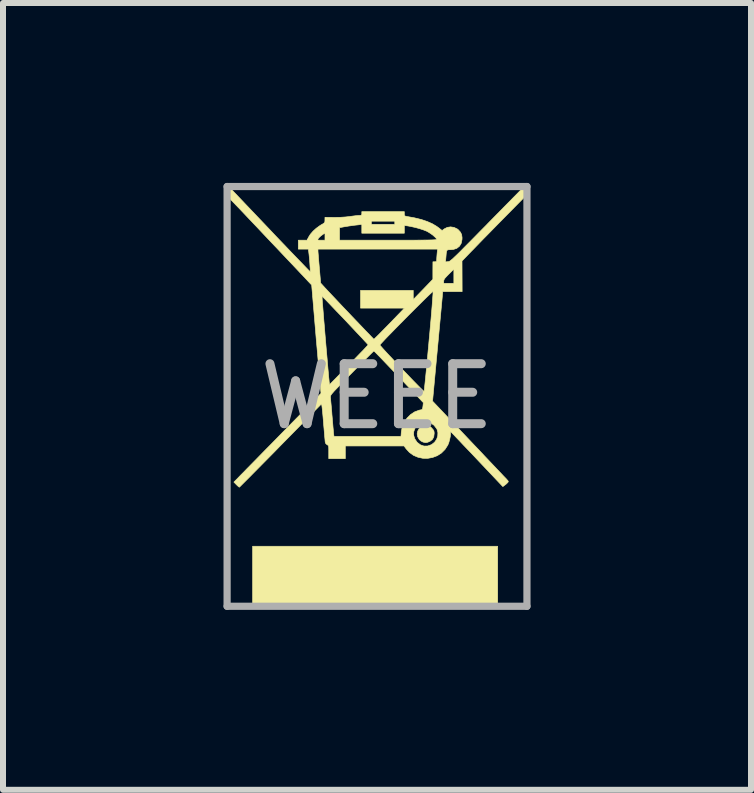
<source format=kicad_pcb>
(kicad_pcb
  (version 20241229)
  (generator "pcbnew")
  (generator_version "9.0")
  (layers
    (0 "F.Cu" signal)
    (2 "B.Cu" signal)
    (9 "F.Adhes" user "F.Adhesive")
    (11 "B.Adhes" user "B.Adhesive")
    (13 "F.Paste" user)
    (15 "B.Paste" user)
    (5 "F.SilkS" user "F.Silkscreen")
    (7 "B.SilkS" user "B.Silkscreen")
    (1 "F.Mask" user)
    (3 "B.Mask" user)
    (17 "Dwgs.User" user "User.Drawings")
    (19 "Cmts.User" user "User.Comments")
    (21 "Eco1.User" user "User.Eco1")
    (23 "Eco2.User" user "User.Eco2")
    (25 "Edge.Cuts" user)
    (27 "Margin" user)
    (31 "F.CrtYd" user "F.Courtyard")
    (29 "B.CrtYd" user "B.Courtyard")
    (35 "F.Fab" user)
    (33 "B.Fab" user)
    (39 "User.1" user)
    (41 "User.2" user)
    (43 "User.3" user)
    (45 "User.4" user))
  (footprint "WEEE"
    (layer "F.Cu")
    (at 3.237 3.56)
    (property "Reference" "WEEE" (at 0 0 0) (layer "Eco2.User") (effects (font (size 1.524 1.524) (thickness 0.3))))
    (attr through_hole)
    (fp_poly (pts (xy 2.012 3.505) (xy -2.075 3.505) (xy -2.075 2.499) (xy 2.012 2.499) (xy 2.012 3.505)) (stroke (width 0.01) (type solid)) (fill yes) (layer "F.SilkS"))
    (fp_poly (pts (xy 0.851 0.489) (xy 0.875 0.497) (xy 0.899 0.515) (xy 0.912 0.528) (xy 0.936 0.555) (xy 0.949 0.578) (xy 0.953 0.606) (xy 0.953 0.619) (xy 0.946 0.675) (xy 0.923 0.718) (xy 0.884 0.748) (xy 0.875 0.752) (xy 0.841 0.766) (xy 0.814 0.771) (xy 0.784 0.766) (xy 0.766 0.761) (xy 0.736 0.746) (xy 0.708 0.723) (xy 0.705 0.72) (xy 0.678 0.673) (xy 0.669 0.625) (xy 0.678 0.579) (xy 0.701 0.539) (xy 0.738 0.508) (xy 0.786 0.49) (xy 0.818 0.487) (xy 0.851 0.489)) (stroke (width 0.01) (type solid)) (fill yes) (layer "F.SilkS"))
    (fp_poly (pts (xy 2.465 -3.421) (xy 2.468 -3.333) (xy 2.099 -2.958) (xy 2.02 -2.878) (xy 1.94 -2.796) (xy 1.861 -2.715) (xy 1.785 -2.638) (xy 1.716 -2.567) (xy 1.655 -2.504) (xy 1.605 -2.452) (xy 1.574 -2.421) (xy 1.417 -2.258) (xy 1.419 -1.747) (xy 1.258 -1.747) (xy 1.096 -1.747) (xy 1.011 -0.834) (xy 0.926 0.079) (xy 1.529 0.715) (xy 1.622 0.813) (xy 1.712 0.907) (xy 1.796 0.997) (xy 1.875 1.08) (xy 1.947 1.156) (xy 2.01 1.223) (xy 2.065 1.28) (xy 2.108 1.326) (xy 2.14 1.359) (xy 2.159 1.379) (xy 2.163 1.384) (xy 2.183 1.406) (xy 2.189 1.419) (xy 2.184 1.431) (xy 2.175 1.441) (xy 2.151 1.464) (xy 2.126 1.483) (xy 2.098 1.504) (xy 1.662 1.043) (xy 1.584 0.96) (xy 1.51 0.883) (xy 1.441 0.811) (xy 1.38 0.746) (xy 1.327 0.691) (xy 1.284 0.645) (xy 1.251 0.611) (xy 1.23 0.59) (xy 1.223 0.582) (xy 1.222 0.591) (xy 1.224 0.601) (xy 1.226 0.63) (xy 1.221 0.671) (xy 1.211 0.719) (xy 1.198 0.767) (xy 1.182 0.808) (xy 1.18 0.812) (xy 1.133 0.885) (xy 1.074 0.944) (xy 1.004 0.989) (xy 0.927 1.018) (xy 0.846 1.033) (xy 0.764 1.032) (xy 0.684 1.015) (xy 0.608 0.983) (xy 0.54 0.934) (xy 0.487 0.876) (xy 0.45 0.826) (xy -0.529 0.826) (xy -0.529 1.038) (xy -0.805 1.038) (xy -0.805 0.928) (xy -0.805 0.879) (xy -0.806 0.847) (xy -0.81 0.827) (xy -0.816 0.816) (xy -0.826 0.809) (xy -0.831 0.807) (xy -0.853 0.789) (xy -0.862 0.771) (xy -0.865 0.754) (xy -0.868 0.719) (xy -0.873 0.669) (xy -0.878 0.608) (xy -0.884 0.537) (xy -0.89 0.471) (xy -0.896 0.395) (xy -0.902 0.324) (xy -0.908 0.262) (xy -0.913 0.211) (xy -0.917 0.176) (xy -0.919 0.16) (xy -0.926 0.125) (xy -1.608 0.819) (xy -1.707 0.921) (xy -1.802 1.017) (xy -1.892 1.108) (xy -1.976 1.193) (xy -2.052 1.27) (xy -2.12 1.339) (xy -2.178 1.397) (xy -2.226 1.445) (xy -2.262 1.481) (xy -2.286 1.505) (xy -2.296 1.514) (xy -2.297 1.514) (xy -2.307 1.507) (xy -2.328 1.489) (xy -2.345 1.472) (xy -2.387 1.429) (xy -2.317 1.358) (xy -2.3 1.34) (xy -2.268 1.307) (xy -2.224 1.263) (xy -2.169 1.206) (xy -2.104 1.14) (xy -2.03 1.065) (xy -1.949 0.982) (xy -1.861 0.892) (xy -1.768 0.798) (xy -1.671 0.699) (xy -1.591 0.617) (xy -0.992 0.008) (xy -0.778 0.008) (xy -0.777 0.013) (xy -0.775 0.033) (xy -0.772 0.071) (xy -0.767 0.123) (xy -0.761 0.186) (xy -0.755 0.256) (xy -0.752 0.302) (xy -0.745 0.376) (xy -0.739 0.447) (xy -0.734 0.511) (xy -0.729 0.562) (xy -0.726 0.599) (xy -0.725 0.611) (xy -0.718 0.667) (xy 0.399 0.667) (xy 0.401 0.649) (xy 0.611 0.649) (xy 0.629 0.706) (xy 0.665 0.76) (xy 0.673 0.769) (xy 0.726 0.809) (xy 0.783 0.828) (xy 0.844 0.827) (xy 0.907 0.805) (xy 0.913 0.801) (xy 0.959 0.765) (xy 0.993 0.717) (xy 1.012 0.662) (xy 1.015 0.605) (xy 1.001 0.55) (xy 0.993 0.536) (xy 0.951 0.482) (xy 0.9 0.445) (xy 0.843 0.426) (xy 0.783 0.426) (xy 0.724 0.445) (xy 0.72 0.447) (xy 0.667 0.486) (xy 0.631 0.535) (xy 0.612 0.59) (xy 0.611 0.649) (xy 0.401 0.649) (xy 0.405 0.594) (xy 0.42 0.511) (xy 0.453 0.432) (xy 0.5 0.362) (xy 0.559 0.303) (xy 0.627 0.258) (xy 0.702 0.23) (xy 0.721 0.226) (xy 0.743 0.222) (xy 0.755 0.213) (xy 0.761 0.195) (xy 0.766 0.162) (xy 0.772 0.104) (xy 0.363 -0.327) (xy 0.288 -0.406) (xy 0.216 -0.481) (xy 0.15 -0.55) (xy 0.091 -0.612) (xy 0.041 -0.664) (xy -0.00028 -0.706) (xy -0.03 -0.736) (xy -0.048 -0.753) (xy -0.052 -0.757) (xy -0.061 -0.75) (xy -0.083 -0.729) (xy -0.117 -0.695) (xy -0.161 -0.651) (xy -0.215 -0.598) (xy -0.276 -0.537) (xy -0.343 -0.469) (xy -0.414 -0.397) (xy -0.421 -0.39) (xy -0.504 -0.306) (xy -0.573 -0.235) (xy -0.629 -0.177) (xy -0.674 -0.13) (xy -0.71 -0.093) (xy -0.736 -0.063) (xy -0.755 -0.041) (xy -0.767 -0.024) (xy -0.774 -0.011) (xy -0.778 -0.001) (xy -0.778 0.008) (xy -0.992 0.008) (xy -0.934 -0.052) (xy -0.938 -0.092) (xy -0.94 -0.109) (xy -0.943 -0.145) (xy -0.948 -0.199) (xy -0.954 -0.269) (xy -0.962 -0.353) (xy -0.97 -0.45) (xy -0.979 -0.559) (xy -0.989 -0.676) (xy -1 -0.802) (xy -1.012 -0.934) (xy -1.017 -0.995) (xy -1.074 -1.67) (xy -0.917 -1.67) (xy -0.917 -1.659) (xy -0.915 -1.629) (xy -0.912 -1.582) (xy -0.907 -1.521) (xy -0.901 -1.447) (xy -0.894 -1.362) (xy -0.887 -1.269) (xy -0.878 -1.169) (xy -0.87 -1.066) (xy -0.861 -0.96) (xy -0.852 -0.854) (xy -0.843 -0.75) (xy -0.834 -0.65) (xy -0.826 -0.557) (xy -0.819 -0.472) (xy -0.812 -0.397) (xy -0.807 -0.335) (xy -0.802 -0.288) (xy -0.799 -0.258) (xy -0.799 -0.254) (xy -0.792 -0.196) (xy -0.47 -0.524) (xy -0.403 -0.593) (xy -0.34 -0.658) (xy -0.284 -0.716) (xy -0.235 -0.766) (xy -0.196 -0.808) (xy -0.168 -0.838) (xy -0.152 -0.855) (xy -0.151 -0.857) (xy 0.048 -0.857) (xy 0.055 -0.847) (xy 0.075 -0.824) (xy 0.106 -0.789) (xy 0.146 -0.745) (xy 0.195 -0.692) (xy 0.25 -0.634) (xy 0.309 -0.571) (xy 0.371 -0.505) (xy 0.435 -0.438) (xy 0.498 -0.373) (xy 0.558 -0.31) (xy 0.615 -0.251) (xy 0.667 -0.198) (xy 0.711 -0.153) (xy 0.746 -0.118) (xy 0.771 -0.094) (xy 0.783 -0.083) (xy 0.784 -0.083) (xy 0.786 -0.094) (xy 0.79 -0.125) (xy 0.795 -0.174) (xy 0.802 -0.239) (xy 0.81 -0.319) (xy 0.819 -0.411) (xy 0.829 -0.515) (xy 0.84 -0.629) (xy 0.851 -0.751) (xy 0.863 -0.88) (xy 0.866 -0.915) (xy 0.879 -1.052) (xy 0.89 -1.18) (xy 0.901 -1.299) (xy 0.91 -1.408) (xy 0.918 -1.504) (xy 0.924 -1.586) (xy 0.929 -1.654) (xy 0.933 -1.704) (xy 0.934 -1.737) (xy 0.933 -1.749) (xy 0.933 -1.75) (xy 0.925 -1.744) (xy 0.903 -1.724) (xy 0.87 -1.693) (xy 0.826 -1.651) (xy 0.774 -1.6) (xy 0.716 -1.542) (xy 0.652 -1.479) (xy 0.584 -1.411) (xy 0.514 -1.341) (xy 0.444 -1.27) (xy 0.375 -1.2) (xy 0.308 -1.132) (xy 0.246 -1.068) (xy 0.189 -1.01) (xy 0.14 -0.959) (xy 0.1 -0.916) (xy 0.07 -0.884) (xy 0.052 -0.863) (xy 0.048 -0.857) (xy -0.151 -0.857) (xy -0.148 -0.86) (xy -0.155 -0.868) (xy -0.175 -0.891) (xy -0.207 -0.925) (xy -0.247 -0.969) (xy -0.296 -1.021) (xy -0.352 -1.08) (xy -0.412 -1.144) (xy -0.475 -1.211) (xy -0.539 -1.279) (xy -0.604 -1.347) (xy -0.667 -1.412) (xy -0.726 -1.474) (xy -0.78 -1.531) (xy -0.827 -1.58) (xy -0.866 -1.62) (xy -0.895 -1.649) (xy -0.913 -1.666) (xy -0.917 -1.67) (xy -1.074 -1.67) (xy -1.09 -1.857) (xy -1.12 -1.889) (xy -1.143 -1.913) (xy -1.178 -1.951) (xy -1.224 -2) (xy -1.28 -2.059) (xy -1.344 -2.127) (xy -1.416 -2.203) (xy -1.493 -2.284) (xy -1.574 -2.37) (xy -1.658 -2.459) (xy -1.744 -2.549) (xy -1.83 -2.64) (xy -1.914 -2.729) (xy -1.996 -2.816) (xy -2.074 -2.898) (xy -2.147 -2.975) (xy -2.212 -3.044) (xy -2.27 -3.105) (xy -2.318 -3.155) (xy -2.356 -3.194) (xy -2.381 -3.221) (xy -2.39 -3.23) (xy -2.468 -3.31) (xy -2.465 -3.399) (xy -2.462 -3.488) (xy -1.79 -2.782) (xy -1.693 -2.679) (xy -1.599 -2.581) (xy -1.511 -2.489) (xy -1.429 -2.403) (xy -1.354 -2.325) (xy -1.287 -2.256) (xy -1.23 -2.197) (xy -1.183 -2.148) (xy -1.148 -2.112) (xy -1.124 -2.089) (xy -1.114 -2.08) (xy -1.114 -2.08) (xy -1.113 -2.092) (xy -1.114 -2.12) (xy -1.117 -2.161) (xy -1.12 -2.211) (xy -1.124 -2.265) (xy -1.129 -2.319) (xy -1.134 -2.369) (xy -1.139 -2.41) (xy -1.139 -2.411) (xy -1.145 -2.456) (xy -0.985 -2.456) (xy -0.985 -2.428) (xy -0.984 -2.409) (xy -0.981 -2.373) (xy -0.977 -2.323) (xy -0.972 -2.261) (xy -0.966 -2.192) (xy -0.962 -2.145) (xy -0.94 -1.89) (xy -0.87 -1.813) (xy -0.84 -1.781) (xy -0.8 -1.738) (xy -0.751 -1.686) (xy -0.695 -1.627) (xy -0.634 -1.562) (xy -0.569 -1.493) (xy -0.502 -1.423) (xy -0.434 -1.351) (xy -0.367 -1.281) (xy -0.302 -1.213) (xy -0.242 -1.15) (xy -0.187 -1.092) (xy -0.139 -1.043) (xy -0.101 -1.003) (xy -0.072 -0.973) (xy -0.056 -0.957) (xy -0.052 -0.954) (xy -0.043 -0.961) (xy -0.022 -0.982) (xy 0.011 -1.014) (xy 0.053 -1.056) (xy 0.103 -1.107) (xy 0.159 -1.164) (xy 0.206 -1.212) (xy 0.457 -1.472) (xy -0.275 -1.472) (xy -0.275 -1.768) (xy 0.604 -1.768) (xy 0.604 -1.615) (xy 0.768 -1.784) (xy 0.898 -1.919) (xy 1.112 -1.919) (xy 1.112 -1.885) (xy 1.281 -1.885) (xy 1.281 -2.122) (xy 1.196 -2.038) (xy 1.158 -1.999) (xy 1.133 -1.971) (xy 1.119 -1.95) (xy 1.113 -1.932) (xy 1.112 -1.919) (xy 0.898 -1.919) (xy 0.931 -1.953) (xy 0.931 -2.099) (xy 0.932 -2.245) (xy 0.963 -2.245) (xy 0.985 -2.247) (xy 0.994 -2.258) (xy 0.995 -2.279) (xy 0.996 -2.308) (xy 0.999 -2.348) (xy 1.002 -2.385) (xy 1.009 -2.456) (xy -0.985 -2.456) (xy -1.145 -2.456) (xy -1.313 -2.456) (xy -1.313 -2.605) (xy -1.167 -2.605) (xy -1.163 -2.613) (xy -0.989 -2.613) (xy -0.983 -2.607) (xy -0.963 -2.605) (xy -0.932 -2.605) (xy -0.868 -2.605) (xy -0.868 -2.723) (xy -0.897 -2.705) (xy -0.937 -2.676) (xy -0.97 -2.645) (xy -0.986 -2.623) (xy -0.989 -2.613) (xy -1.163 -2.613) (xy -1.142 -2.655) (xy -1.112 -2.703) (xy -1.067 -2.755) (xy -1.013 -2.804) (xy -0.999 -2.814) (xy -0.625 -2.814) (xy -0.625 -2.605) (xy 0.185 -2.605) (xy 0.344 -2.605) (xy 0.483 -2.605) (xy 0.603 -2.605) (xy 0.705 -2.606) (xy 0.789 -2.607) (xy 0.858 -2.608) (xy 0.911 -2.609) (xy 0.951 -2.611) (xy 0.977 -2.613) (xy 0.992 -2.615) (xy 0.995 -2.617) (xy 0.987 -2.635) (xy 0.964 -2.659) (xy 0.932 -2.688) (xy 0.893 -2.716) (xy 0.853 -2.741) (xy 0.832 -2.753) (xy 0.777 -2.775) (xy 0.708 -2.798) (xy 0.633 -2.818) (xy 0.56 -2.834) (xy 0.511 -2.843) (xy 0.455 -2.85) (xy 0.455 -2.721) (xy -0.254 -2.721) (xy -0.254 -2.871) (xy -0.283 -2.865) (xy -0.31 -2.861) (xy -0.348 -2.857) (xy -0.376 -2.854) (xy -0.417 -2.848) (xy -0.47 -2.841) (xy -0.523 -2.832) (xy -0.532 -2.831) (xy -0.625 -2.814) (xy -0.999 -2.814) (xy -0.955 -2.846) (xy -0.935 -2.859) (xy -0.9 -2.879) (xy -0.881 -2.893) (xy -0.872 -2.908) (xy -0.869 -2.922) (xy -0.095 -2.922) (xy -0.095 -2.869) (xy 0.296 -2.869) (xy 0.296 -2.922) (xy -0.095 -2.922) (xy -0.869 -2.922) (xy -0.869 -2.927) (xy -0.869 -2.942) (xy -0.868 -2.987) (xy -0.717 -2.985) (xy -0.618 -2.986) (xy -0.525 -2.992) (xy -0.455 -3) (xy -0.404 -3.007) (xy -0.355 -3.013) (xy -0.315 -3.017) (xy -0.299 -3.017) (xy -0.271 -3.019) (xy -0.258 -3.025) (xy -0.254 -3.04) (xy -0.254 -3.049) (xy -0.254 -3.081) (xy 0.455 -3.081) (xy 0.455 -3.044) (xy 0.457 -3.02) (xy 0.467 -3.008) (xy 0.491 -3.002) (xy 0.495 -3.001) (xy 0.627 -2.977) (xy 0.741 -2.949) (xy 0.838 -2.916) (xy 0.922 -2.879) (xy 0.994 -2.836) (xy 1.032 -2.808) (xy 1.085 -2.766) (xy 1.119 -2.792) (xy 1.17 -2.818) (xy 1.226 -2.827) (xy 1.284 -2.818) (xy 1.337 -2.793) (xy 1.355 -2.779) (xy 1.391 -2.739) (xy 1.411 -2.698) (xy 1.418 -2.648) (xy 1.417 -2.616) (xy 1.404 -2.553) (xy 1.374 -2.504) (xy 1.33 -2.469) (xy 1.272 -2.45) (xy 1.224 -2.446) (xy 1.197 -2.446) (xy 1.178 -2.443) (xy 1.166 -2.434) (xy 1.159 -2.415) (xy 1.154 -2.383) (xy 1.15 -2.334) (xy 1.149 -2.321) (xy 1.142 -2.243) (xy 1.184 -2.247) (xy 1.192 -2.248) (xy 1.201 -2.25) (xy 1.211 -2.255) (xy 1.224 -2.264) (xy 1.24 -2.277) (xy 1.262 -2.295) (xy 1.288 -2.32) (xy 1.322 -2.352) (xy 1.363 -2.392) (xy 1.413 -2.442) (xy 1.472 -2.502) (xy 1.542 -2.572) (xy 1.624 -2.655) (xy 1.718 -2.751) (xy 1.827 -2.861) (xy 1.844 -2.879) (xy 2.462 -3.508) (xy 2.465 -3.421)) (stroke (width 0.01) (type solid)) (fill yes) (layer "F.SilkS"))
    (fp_line (start -2.5 -3.5) (end -2.5 3.5) (stroke (width 0.12) (type solid)) (layer "F.Fab"))
    (fp_line (start -2.5 3.5) (end 2.5 3.5) (stroke (width 0.12) (type solid)) (layer "F.Fab"))
    (fp_line (start 2.5 -3.5) (end -2.5 -3.5) (stroke (width 0.12) (type solid)) (layer "F.Fab"))
    (fp_line (start 2.5 3.5) (end 2.5 -3.5) (stroke (width 0.12) (type solid)) (layer "F.Fab"))
    (fp_text user "WEEE" (at 0 0 0) (layer "F.Fab") (effects (font (size 1 1) (thickness 0.15)))))
  (gr_rect
    (start -3 -3)
    (end 9.473 10.12)
    (stroke (width 0.1) (type default))
    (fill no)
    (layer "Edge.Cuts")))
</source>
